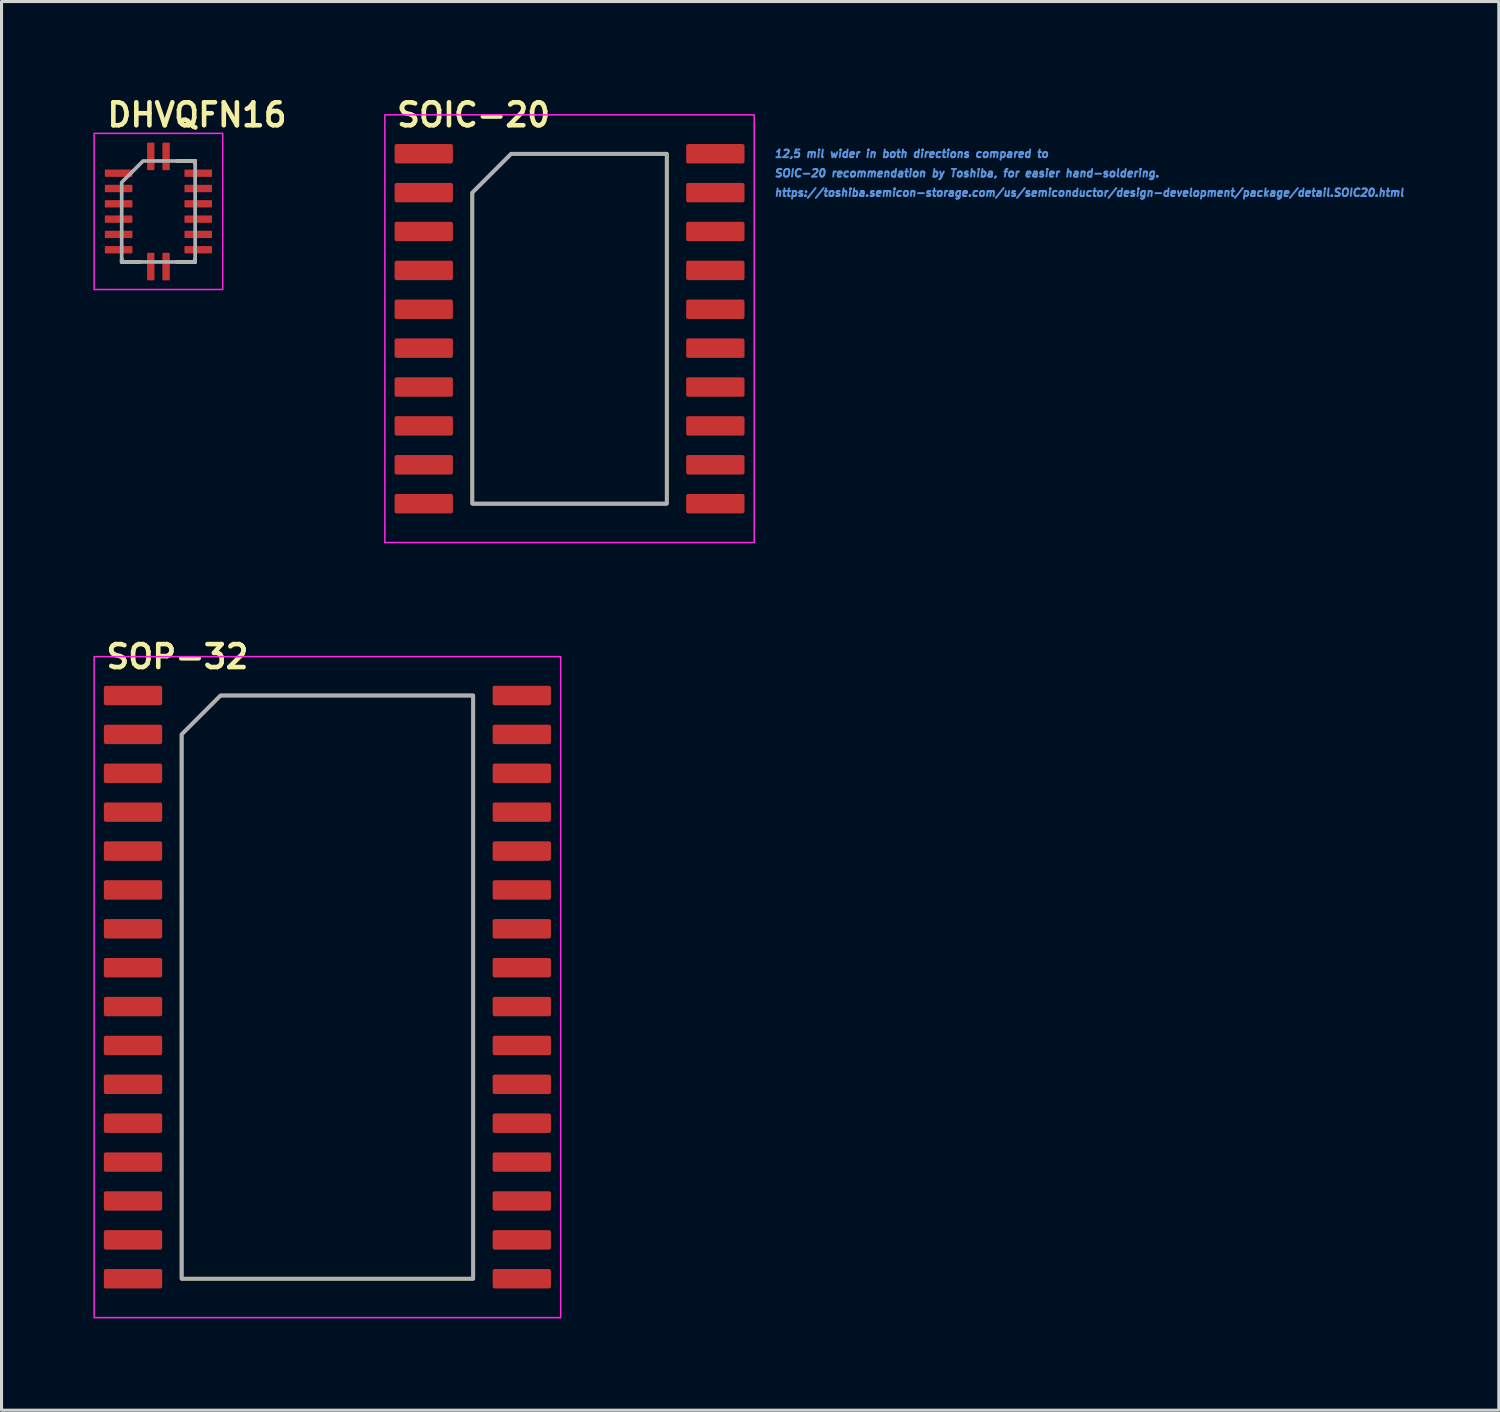
<source format=kicad_pcb>
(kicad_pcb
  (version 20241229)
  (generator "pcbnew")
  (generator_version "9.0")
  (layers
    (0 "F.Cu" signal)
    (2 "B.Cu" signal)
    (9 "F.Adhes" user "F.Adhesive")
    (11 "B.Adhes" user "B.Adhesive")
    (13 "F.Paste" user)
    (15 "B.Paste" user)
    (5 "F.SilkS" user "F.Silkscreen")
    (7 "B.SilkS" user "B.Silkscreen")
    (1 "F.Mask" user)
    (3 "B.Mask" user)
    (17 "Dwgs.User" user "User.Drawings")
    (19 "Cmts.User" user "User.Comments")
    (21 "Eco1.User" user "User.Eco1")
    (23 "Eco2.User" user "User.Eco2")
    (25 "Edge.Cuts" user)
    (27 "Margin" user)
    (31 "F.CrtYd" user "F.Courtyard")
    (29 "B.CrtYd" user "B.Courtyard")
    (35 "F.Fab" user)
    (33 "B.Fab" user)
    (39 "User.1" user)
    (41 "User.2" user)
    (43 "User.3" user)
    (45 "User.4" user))
  (footprint "SOIC-20"
    (layer "F.Cu")
    (at 10.791 1.972)
    (property "Reference" "SOIC-20" (at -0.953 -1.27 0) (layer "F.SilkS") (effects (font (size 0.75 0.75) (thickness 0.15)) (justify left)))
    (attr smd)
    (fp_poly (pts (xy 7.938 11.43) (xy 1.587 11.43) (xy 1.587 1.27) (xy 2.857 0) (xy 7.938 0)) (stroke (width 0.12) (type solid)) (fill no) (layer "F.SilkS"))
    (fp_rect (start -1.27 -1.27) (end 10.795 12.7) (stroke (width 0.05) (type solid)) (fill no) (layer "F.CrtYd"))
    (fp_poly (pts (xy 7.938 11.43) (xy 1.587 11.43) (xy 1.587 1.27) (xy 2.857 0) (xy 7.938 0)) (stroke (width 0.12) (type solid)) (fill no) (layer "F.Fab"))
    (fp_text user "https://toshiba.semicon-storage.com/us/semiconductor/design-development/package/detail.SOIC20.html" (at 11.43 1.27 0) (unlocked yes) (layer "Cmts.User") (effects (font (size 0.25 0.25) (thickness 0.062) (italic yes)) (justify left)))
    (fp_text user "12,5 mil wider in both directions compared to" (at 11.43 0 0) (unlocked yes) (layer "Cmts.User") (effects (font (size 0.25 0.25) (thickness 0.062) (italic yes)) (justify left)))
    (fp_text user "SOIC-20 recommendation by Toshiba, for easier hand-soldering." (at 11.43 0.635 0) (unlocked yes) (layer "Cmts.User") (effects (font (size 0.25 0.25) (thickness 0.062) (italic yes)) (justify left)))
    (pad "1" smd roundrect (at 0 0) (size 1.905 0.635) (layers "F.Cu" "F.Mask" "F.Paste") (roundrect_rratio 0.1))
    (pad "2" smd roundrect (at 0 1.27) (size 1.905 0.635) (layers "F.Cu" "F.Mask" "F.Paste") (roundrect_rratio 0.1))
    (pad "3" smd roundrect (at 0 2.54) (size 1.905 0.635) (layers "F.Cu" "F.Mask" "F.Paste") (roundrect_rratio 0.1))
    (pad "4" smd roundrect (at 0 3.81) (size 1.905 0.635) (layers "F.Cu" "F.Mask" "F.Paste") (roundrect_rratio 0.1))
    (pad "5" smd roundrect (at 0 5.08) (size 1.905 0.635) (layers "F.Cu" "F.Mask" "F.Paste") (roundrect_rratio 0.1))
    (pad "6" smd roundrect (at 0 6.35) (size 1.905 0.635) (layers "F.Cu" "F.Mask" "F.Paste") (roundrect_rratio 0.1))
    (pad "7" smd roundrect (at 0 7.62) (size 1.905 0.635) (layers "F.Cu" "F.Mask" "F.Paste") (roundrect_rratio 0.1))
    (pad "8" smd roundrect (at 0 8.89) (size 1.905 0.635) (layers "F.Cu" "F.Mask" "F.Paste") (roundrect_rratio 0.1))
    (pad "9" smd roundrect (at 0 10.16) (size 1.905 0.635) (layers "F.Cu" "F.Mask" "F.Paste") (roundrect_rratio 0.1))
    (pad "10" smd roundrect (at 0 11.43) (size 1.905 0.635) (layers "F.Cu" "F.Mask" "F.Paste") (roundrect_rratio 0.1))
    (pad "11" smd roundrect (at 9.525 11.43 180) (size 1.905 0.635) (layers "F.Cu" "F.Mask" "F.Paste") (roundrect_rratio 0.1))
    (pad "12" smd roundrect (at 9.525 10.16 180) (size 1.905 0.635) (layers "F.Cu" "F.Mask" "F.Paste") (roundrect_rratio 0.1))
    (pad "13" smd roundrect (at 9.525 8.89 180) (size 1.905 0.635) (layers "F.Cu" "F.Mask" "F.Paste") (roundrect_rratio 0.1))
    (pad "14" smd roundrect (at 9.525 7.62 180) (size 1.905 0.635) (layers "F.Cu" "F.Mask" "F.Paste") (roundrect_rratio 0.1))
    (pad "15" smd roundrect (at 9.525 6.35 180) (size 1.905 0.635) (layers "F.Cu" "F.Mask" "F.Paste") (roundrect_rratio 0.1))
    (pad "16" smd roundrect (at 9.525 5.08 180) (size 1.905 0.635) (layers "F.Cu" "F.Mask" "F.Paste") (roundrect_rratio 0.1))
    (pad "17" smd roundrect (at 9.525 3.81 180) (size 1.905 0.635) (layers "F.Cu" "F.Mask" "F.Paste") (roundrect_rratio 0.1))
    (pad "18" smd roundrect (at 9.525 2.54 180) (size 1.905 0.635) (layers "F.Cu" "F.Mask" "F.Paste") (roundrect_rratio 0.1))
    (pad "19" smd roundrect (at 9.525 1.27 180) (size 1.905 0.635) (layers "F.Cu" "F.Mask" "F.Paste") (roundrect_rratio 0.1))
    (pad "20" smd roundrect (at 9.525 0 180) (size 1.905 0.635) (layers "F.Cu" "F.Mask" "F.Paste") (roundrect_rratio 0.1)))
  (footprint "DHVQFN16"
    (layer "F.Cu")
    (at 0.825 2.607)
    (property "Reference" "DHVQFN16" (at -0.45 -1.905 0) (unlocked yes) (layer "F.SilkS") (effects (font (size 0.75 0.75) (thickness 0.15)) (justify left)))
    (attr smd)
    (fp_line (start 0.1 2.8) (end 0.1 2.9) (stroke (width 0.12) (type solid)) (layer "F.SilkS"))
    (fp_line (start 0.1 2.9) (end 0.7 2.9) (stroke (width 0.12) (type solid)) (layer "F.SilkS"))
    (fp_line (start 1.9 2.9) (end 2.5 2.9) (stroke (width 0.12) (type solid)) (layer "F.SilkS"))
    (fp_line (start 2.5 -0.4) (end 1.9 -0.4) (stroke (width 0.12) (type solid)) (layer "F.SilkS"))
    (fp_line (start 2.5 -0.4) (end 2.5 -0.3) (stroke (width 0.12) (type solid)) (layer "F.SilkS"))
    (fp_line (start 2.5 2.9) (end 2.5 2.8) (stroke (width 0.12) (type solid)) (layer "F.SilkS"))
    (fp_poly (pts (xy 3.4 3.8) (xy -0.8 3.8) (xy -0.8 -1.3) (xy 3.4 -1.3)) (stroke (width 0.05) (type solid)) (fill no) (layer "F.CrtYd"))
    (fp_poly (pts (xy 2.5 2.9) (xy 0.1 2.9) (xy 0.1 0.3) (xy 0.8 -0.4) (xy 2.5 -0.4)) (stroke (width 0.12) (type solid)) (fill no) (layer "F.Fab"))
    (pad "1" smd roundrect (at 1.05 -0.55 180) (size 0.24 0.9) (layers "F.Cu" "F.Mask" "F.Paste") (roundrect_rratio 0.1))
    (pad "2" smd roundrect (at 0 0 90) (size 0.24 0.9) (layers "F.Cu" "F.Mask" "F.Paste") (roundrect_rratio 0.1))
    (pad "3" smd roundrect (at 0 0.5 90) (size 0.24 0.9) (layers "F.Cu" "F.Mask" "F.Paste") (roundrect_rratio 0.1))
    (pad "4" smd roundrect (at 0 1 90) (size 0.24 0.9) (layers "F.Cu" "F.Mask" "F.Paste") (roundrect_rratio 0.1))
    (pad "5" smd roundrect (at 0 1.5 90) (size 0.24 0.9) (layers "F.Cu" "F.Mask" "F.Paste") (roundrect_rratio 0.1))
    (pad "6" smd roundrect (at 0 2 90) (size 0.24 0.9) (layers "F.Cu" "F.Mask" "F.Paste") (roundrect_rratio 0.1))
    (pad "7" smd roundrect (at 0 2.5 90) (size 0.24 0.9) (layers "F.Cu" "F.Mask" "F.Paste") (roundrect_rratio 0.1))
    (pad "8" smd roundrect (at 1.05 3.05 180) (size 0.24 0.9) (layers "F.Cu" "F.Mask" "F.Paste") (roundrect_rratio 0.1))
    (pad "9" smd roundrect (at 1.55 3.05 180) (size 0.24 0.9) (layers "F.Cu" "F.Mask" "F.Paste") (roundrect_rratio 0.1))
    (pad "10" smd roundrect (at 2.6 2.5 90) (size 0.24 0.9) (layers "F.Cu" "F.Mask" "F.Paste") (roundrect_rratio 0.1))
    (pad "11" smd roundrect (at 2.6 2 90) (size 0.24 0.9) (layers "F.Cu" "F.Mask" "F.Paste") (roundrect_rratio 0.1))
    (pad "12" smd roundrect (at 2.6 1.5 90) (size 0.24 0.9) (layers "F.Cu" "F.Mask" "F.Paste") (roundrect_rratio 0.1))
    (pad "13" smd roundrect (at 2.6 1 90) (size 0.24 0.9) (layers "F.Cu" "F.Mask" "F.Paste") (roundrect_rratio 0.1))
    (pad "14" smd roundrect (at 2.6 0.5 90) (size 0.24 0.9) (layers "F.Cu" "F.Mask" "F.Paste") (roundrect_rratio 0.1))
    (pad "15" smd roundrect (at 2.6 0 90) (size 0.24 0.9) (layers "F.Cu" "F.Mask" "F.Paste") (roundrect_rratio 0.1))
    (pad "16" smd roundrect (at 1.55 -0.55 180) (size 0.24 0.9) (layers "F.Cu" "F.Mask" "F.Paste") (roundrect_rratio 0.1)))
  (footprint "SOP-32"
    (layer "F.Cu")
    (at 1.295 19.669)
    (property "Reference" "SOP-32" (at -0.953 -1.27 0) (layer "F.SilkS") (effects (font (size 0.75 0.75) (thickness 0.15)) (justify left)))
    (attr smd)
    (fp_poly (pts (xy 11.113 19.05) (xy 1.587 19.05) (xy 1.587 1.27) (xy 2.857 0) (xy 11.113 0)) (stroke (width 0.12) (type solid)) (fill no) (layer "F.SilkS"))
    (fp_rect (start -1.27 -1.27) (end 13.97 20.32) (stroke (width 0.05) (type solid)) (fill no) (layer "F.CrtYd"))
    (fp_poly (pts (xy 11.113 19.05) (xy 1.587 19.05) (xy 1.587 1.27) (xy 2.857 0) (xy 11.113 0)) (stroke (width 0.12) (type solid)) (fill no) (layer "F.Fab"))
    (pad "1" smd roundrect (at 0 0) (size 1.905 0.635) (layers "F.Cu" "F.Mask" "F.Paste") (roundrect_rratio 0.1))
    (pad "2" smd roundrect (at 0 1.27) (size 1.905 0.635) (layers "F.Cu" "F.Mask" "F.Paste") (roundrect_rratio 0.1))
    (pad "3" smd roundrect (at 0 2.54) (size 1.905 0.635) (layers "F.Cu" "F.Mask" "F.Paste") (roundrect_rratio 0.1))
    (pad "4" smd roundrect (at 0 3.81) (size 1.905 0.635) (layers "F.Cu" "F.Mask" "F.Paste") (roundrect_rratio 0.1))
    (pad "5" smd roundrect (at 0 5.08) (size 1.905 0.635) (layers "F.Cu" "F.Mask" "F.Paste") (roundrect_rratio 0.1))
    (pad "6" smd roundrect (at 0 6.35) (size 1.905 0.635) (layers "F.Cu" "F.Mask" "F.Paste") (roundrect_rratio 0.1))
    (pad "7" smd roundrect (at 0 7.62) (size 1.905 0.635) (layers "F.Cu" "F.Mask" "F.Paste") (roundrect_rratio 0.1))
    (pad "8" smd roundrect (at 0 8.89) (size 1.905 0.635) (layers "F.Cu" "F.Mask" "F.Paste") (roundrect_rratio 0.1))
    (pad "9" smd roundrect (at 0 10.16) (size 1.905 0.635) (layers "F.Cu" "F.Mask" "F.Paste") (roundrect_rratio 0.1))
    (pad "10" smd roundrect (at 0 11.43) (size 1.905 0.635) (layers "F.Cu" "F.Mask" "F.Paste") (roundrect_rratio 0.1))
    (pad "11" smd roundrect (at 0 12.7) (size 1.905 0.635) (layers "F.Cu" "F.Mask" "F.Paste") (roundrect_rratio 0.1))
    (pad "12" smd roundrect (at 0 13.97) (size 1.905 0.635) (layers "F.Cu" "F.Mask" "F.Paste") (roundrect_rratio 0.1))
    (pad "13" smd roundrect (at 0 15.24) (size 1.905 0.635) (layers "F.Cu" "F.Mask" "F.Paste") (roundrect_rratio 0.1))
    (pad "14" smd roundrect (at 0 16.51) (size 1.905 0.635) (layers "F.Cu" "F.Mask" "F.Paste") (roundrect_rratio 0.1))
    (pad "15" smd roundrect (at 0 17.78) (size 1.905 0.635) (layers "F.Cu" "F.Mask" "F.Paste") (roundrect_rratio 0.1))
    (pad "16" smd roundrect (at 0 19.05) (size 1.905 0.635) (layers "F.Cu" "F.Mask" "F.Paste") (roundrect_rratio 0.1))
    (pad "17" smd roundrect (at 12.7 19.05 180) (size 1.905 0.635) (layers "F.Cu" "F.Mask" "F.Paste") (roundrect_rratio 0.1))
    (pad "18" smd roundrect (at 12.7 17.78 180) (size 1.905 0.635) (layers "F.Cu" "F.Mask" "F.Paste") (roundrect_rratio 0.1))
    (pad "19" smd roundrect (at 12.7 16.51 180) (size 1.905 0.635) (layers "F.Cu" "F.Mask" "F.Paste") (roundrect_rratio 0.1))
    (pad "20" smd roundrect (at 12.7 15.24 180) (size 1.905 0.635) (layers "F.Cu" "F.Mask" "F.Paste") (roundrect_rratio 0.1))
    (pad "21" smd roundrect (at 12.7 13.97 180) (size 1.905 0.635) (layers "F.Cu" "F.Mask" "F.Paste") (roundrect_rratio 0.1))
    (pad "22" smd roundrect (at 12.7 12.7 180) (size 1.905 0.635) (layers "F.Cu" "F.Mask" "F.Paste") (roundrect_rratio 0.1))
    (pad "23" smd roundrect (at 12.7 11.43 180) (size 1.905 0.635) (layers "F.Cu" "F.Mask" "F.Paste") (roundrect_rratio 0.1))
    (pad "24" smd roundrect (at 12.7 10.16 180) (size 1.905 0.635) (layers "F.Cu" "F.Mask" "F.Paste") (roundrect_rratio 0.1))
    (pad "25" smd roundrect (at 12.7 8.89 180) (size 1.905 0.635) (layers "F.Cu" "F.Mask" "F.Paste") (roundrect_rratio 0.1))
    (pad "26" smd roundrect (at 12.7 7.62 180) (size 1.905 0.635) (layers "F.Cu" "F.Mask" "F.Paste") (roundrect_rratio 0.1))
    (pad "27" smd roundrect (at 12.7 6.35 180) (size 1.905 0.635) (layers "F.Cu" "F.Mask" "F.Paste") (roundrect_rratio 0.1))
    (pad "28" smd roundrect (at 12.7 5.08 180) (size 1.905 0.635) (layers "F.Cu" "F.Mask" "F.Paste") (roundrect_rratio 0.1))
    (pad "29" smd roundrect (at 12.7 3.81 180) (size 1.905 0.635) (layers "F.Cu" "F.Mask" "F.Paste") (roundrect_rratio 0.1))
    (pad "30" smd roundrect (at 12.7 2.54 180) (size 1.905 0.635) (layers "F.Cu" "F.Mask" "F.Paste") (roundrect_rratio 0.1))
    (pad "31" smd roundrect (at 12.7 1.27 180) (size 1.905 0.635) (layers "F.Cu" "F.Mask" "F.Paste") (roundrect_rratio 0.1))
    (pad "32" smd roundrect (at 12.7 0 180) (size 1.905 0.635) (layers "F.Cu" "F.Mask" "F.Paste") (roundrect_rratio 0.1)))
  (gr_rect
    (start -3 -3)
    (end 45.907 43.014)
    (stroke (width 0.1) (type default))
    (fill no)
    (layer "Edge.Cuts")))
</source>
